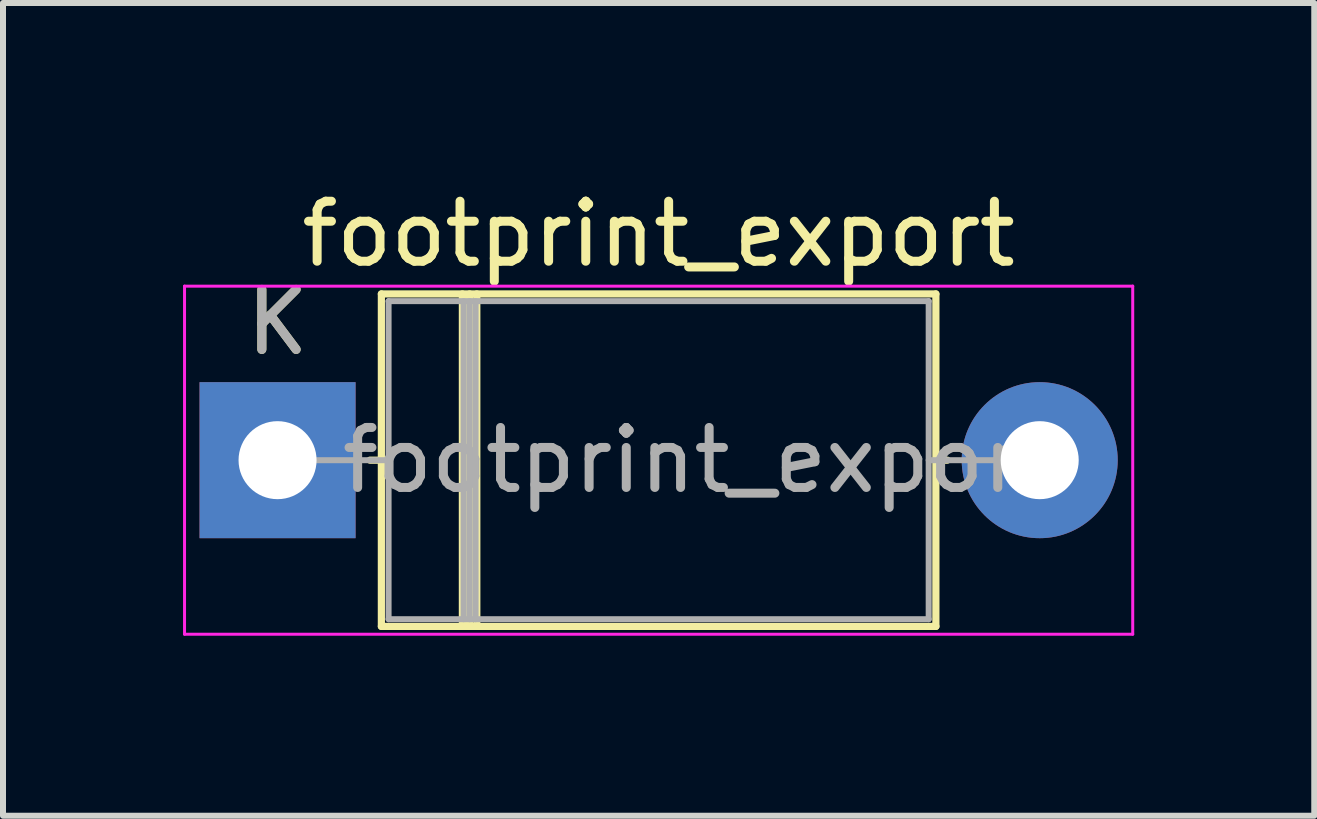
<source format=kicad_pcb>
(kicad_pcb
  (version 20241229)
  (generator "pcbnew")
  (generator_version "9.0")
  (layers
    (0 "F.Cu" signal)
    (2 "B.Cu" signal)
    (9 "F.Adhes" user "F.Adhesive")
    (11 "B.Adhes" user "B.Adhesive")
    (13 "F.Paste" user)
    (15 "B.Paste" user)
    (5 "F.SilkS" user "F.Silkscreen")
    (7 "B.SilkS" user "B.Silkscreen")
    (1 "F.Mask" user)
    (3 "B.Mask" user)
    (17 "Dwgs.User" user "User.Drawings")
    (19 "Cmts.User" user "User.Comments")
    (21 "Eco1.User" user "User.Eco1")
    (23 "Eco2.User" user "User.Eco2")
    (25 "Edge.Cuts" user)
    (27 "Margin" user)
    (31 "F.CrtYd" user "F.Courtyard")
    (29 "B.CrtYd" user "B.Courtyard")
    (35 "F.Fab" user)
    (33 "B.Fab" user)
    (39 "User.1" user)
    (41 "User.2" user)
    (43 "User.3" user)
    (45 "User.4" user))
  (footprint "footprint_export"
    (layer "F.Cu")
    (at 1.575 4.618)
    (property "Reference" "footprint_export" (at 6.35 -3.77 0) (layer "F.SilkS") (effects (font (size 1 1) (thickness 0.15))))
    (attr through_hole)
    (fp_line (start 1.54 0) (end 1.73 0) (stroke (width 0.12) (type solid)) (layer "F.SilkS"))
    (fp_line (start 1.73 -2.77) (end 1.73 2.77) (stroke (width 0.12) (type solid)) (layer "F.SilkS"))
    (fp_line (start 1.73 2.77) (end 10.97 2.77) (stroke (width 0.12) (type solid)) (layer "F.SilkS"))
    (fp_line (start 3.08 -2.77) (end 3.08 2.77) (stroke (width 0.12) (type solid)) (layer "F.SilkS"))
    (fp_line (start 3.2 -2.77) (end 3.2 2.77) (stroke (width 0.12) (type solid)) (layer "F.SilkS"))
    (fp_line (start 3.32 -2.77) (end 3.32 2.77) (stroke (width 0.12) (type solid)) (layer "F.SilkS"))
    (fp_line (start 10.97 -2.77) (end 1.73 -2.77) (stroke (width 0.12) (type solid)) (layer "F.SilkS"))
    (fp_line (start 10.97 2.77) (end 10.97 -2.77) (stroke (width 0.12) (type solid)) (layer "F.SilkS"))
    (fp_line (start 11.16 0) (end 10.97 0) (stroke (width 0.12) (type solid)) (layer "F.SilkS"))
    (fp_line (start -1.55 -2.9) (end -1.55 2.9) (stroke (width 0.05) (type solid)) (layer "F.CrtYd"))
    (fp_line (start -1.55 2.9) (end 14.25 2.9) (stroke (width 0.05) (type solid)) (layer "F.CrtYd"))
    (fp_line (start 14.25 -2.9) (end -1.55 -2.9) (stroke (width 0.05) (type solid)) (layer "F.CrtYd"))
    (fp_line (start 14.25 2.9) (end 14.25 -2.9) (stroke (width 0.05) (type solid)) (layer "F.CrtYd"))
    (fp_line (start 0 0) (end 1.85 0) (stroke (width 0.1) (type solid)) (layer "F.Fab"))
    (fp_line (start 1.85 -2.65) (end 1.85 2.65) (stroke (width 0.1) (type solid)) (layer "F.Fab"))
    (fp_line (start 1.85 2.65) (end 10.85 2.65) (stroke (width 0.1) (type solid)) (layer "F.Fab"))
    (fp_line (start 3.1 -2.65) (end 3.1 2.65) (stroke (width 0.1) (type solid)) (layer "F.Fab"))
    (fp_line (start 3.2 -2.65) (end 3.2 2.65) (stroke (width 0.1) (type solid)) (layer "F.Fab"))
    (fp_line (start 3.3 -2.65) (end 3.3 2.65) (stroke (width 0.1) (type solid)) (layer "F.Fab"))
    (fp_line (start 10.85 -2.65) (end 1.85 -2.65) (stroke (width 0.1) (type solid)) (layer "F.Fab"))
    (fp_line (start 10.85 2.65) (end 10.85 -2.65) (stroke (width 0.1) (type solid)) (layer "F.Fab"))
    (fp_line (start 12.7 0) (end 10.85 0) (stroke (width 0.1) (type solid)) (layer "F.Fab"))
    (fp_text user "K" (at 0 -2.3 0) (layer "F.SilkS") (effects (font (size 1 1) (thickness 0.15))))
    (fp_text user "K" (at 0 -2.3 0) (layer "F.Fab") (effects (font (size 1 1) (thickness 0.15))))
    (fp_text user "${REFERENCE}" (at 7.025 0 0) (layer "F.Fab") (effects (font (size 1 1) (thickness 0.15))))
    (pad "1" thru_hole rect (at 0 0) (size 2.6 2.6) (drill 1.3) (layers "*.Cu" "*.Mask"))
    (pad "2" thru_hole oval (at 12.7 0) (size 2.6 2.6) (drill 1.3) (layers "*.Cu" "*.Mask")))
  (gr_rect
    (start -3 -3)
    (end 18.85 10.543)
    (stroke (width 0.1) (type default))
    (fill no)
    (layer "Edge.Cuts")))
</source>
